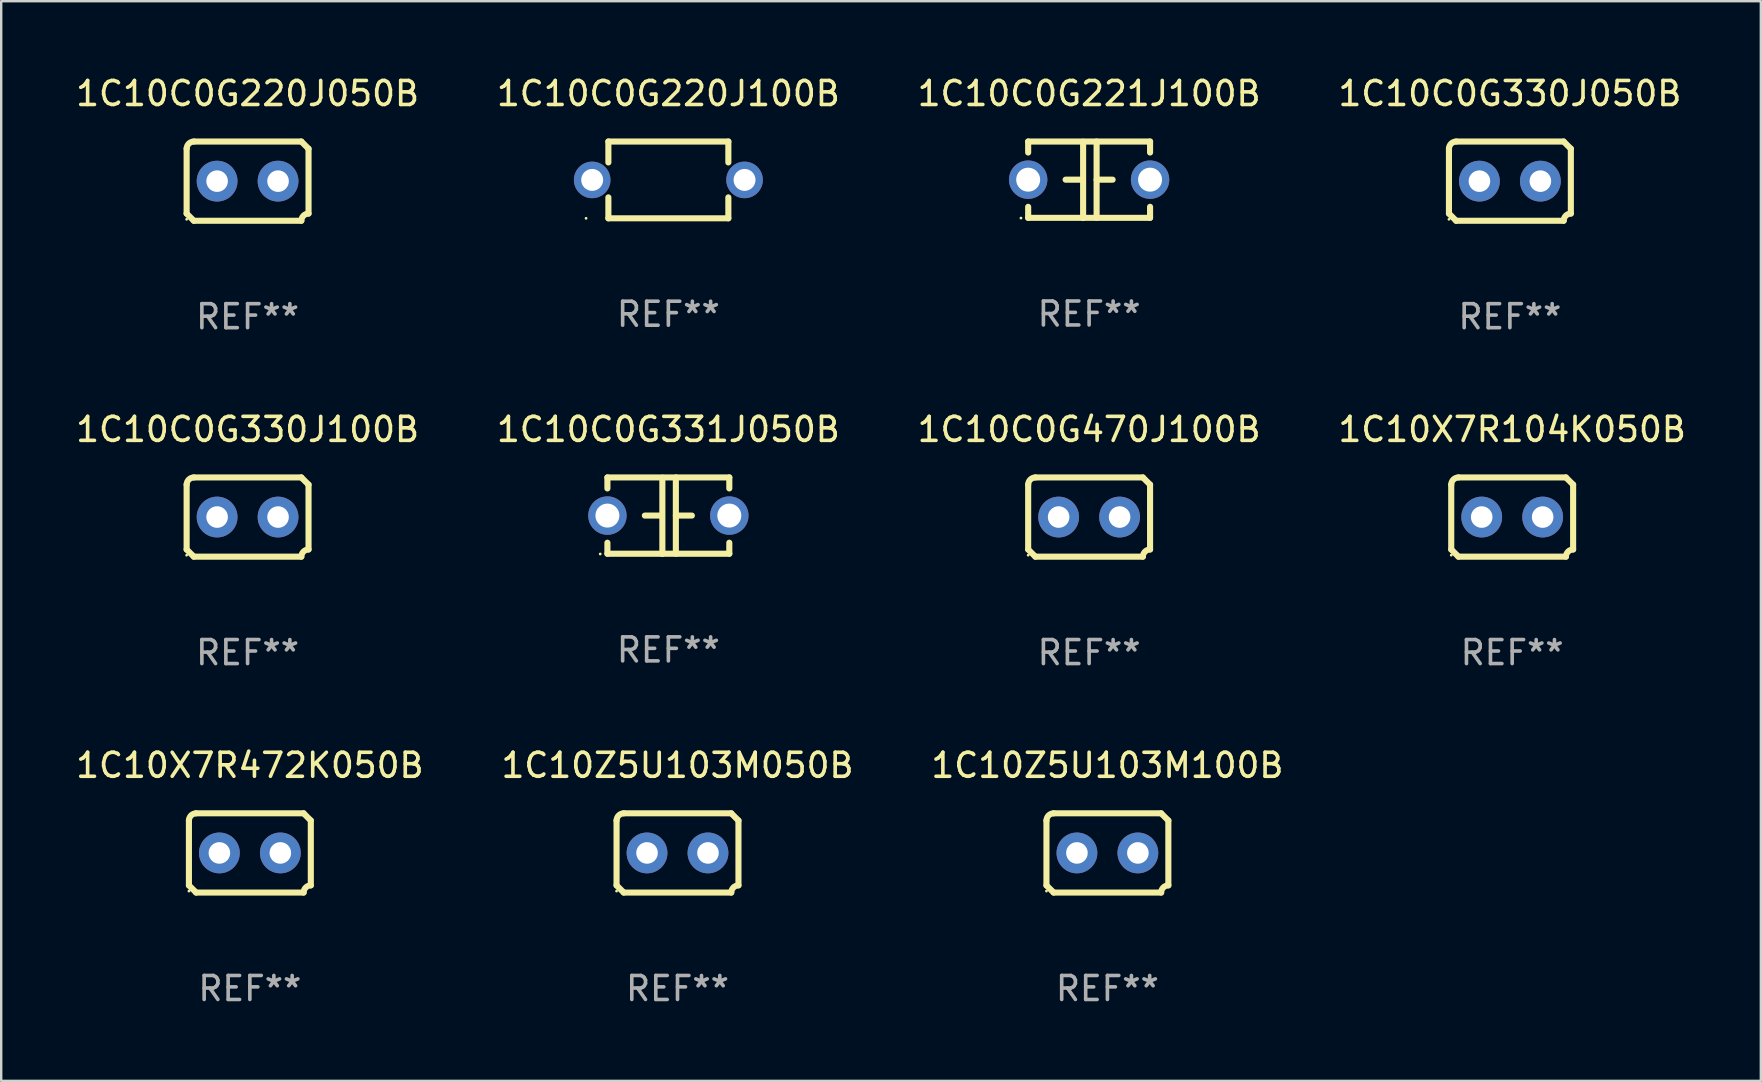
<source format=kicad_pcb>
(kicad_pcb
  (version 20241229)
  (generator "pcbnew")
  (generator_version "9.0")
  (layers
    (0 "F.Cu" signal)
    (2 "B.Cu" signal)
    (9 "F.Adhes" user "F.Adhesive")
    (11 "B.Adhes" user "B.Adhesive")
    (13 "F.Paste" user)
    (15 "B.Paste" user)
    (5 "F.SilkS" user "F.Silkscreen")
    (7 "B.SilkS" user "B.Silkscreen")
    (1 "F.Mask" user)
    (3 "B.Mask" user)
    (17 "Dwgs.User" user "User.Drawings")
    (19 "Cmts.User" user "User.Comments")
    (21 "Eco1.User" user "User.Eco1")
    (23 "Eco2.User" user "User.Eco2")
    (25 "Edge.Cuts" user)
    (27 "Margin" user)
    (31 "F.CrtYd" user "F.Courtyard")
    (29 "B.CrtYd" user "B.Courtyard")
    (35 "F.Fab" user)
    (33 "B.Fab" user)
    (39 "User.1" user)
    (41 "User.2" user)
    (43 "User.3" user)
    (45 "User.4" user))
  (footprint "1C10Z5U103M050B"
    (layer "F.Cu")
    (at 25.185 32.496)
    (property "Reference" "1C10Z5U103M050B" (at 0 -3.651 0) (layer "F.SilkS") (effects (font (size 1 1) (thickness 0.15))))
    (attr through_hole)
    (fp_line (start -2.54 -1.351) (end -2.54 1.351) (stroke (width 0.254) (type solid)) (layer "F.SilkS"))
    (fp_line (start -2.24 -1.651) (end 2.24 -1.651) (stroke (width 0.254) (type solid)) (layer "F.SilkS"))
    (fp_line (start 2.24 1.651) (end -2.24 1.651) (stroke (width 0.254) (type solid)) (layer "F.SilkS"))
    (fp_line (start 2.54 1.351) (end 2.54 -1.351) (stroke (width 0.254) (type solid)) (layer "F.SilkS"))
    (fp_arc (start -2.540005 -1.351283) (mid -2.450115 -1.561309) (end -2.240005 -1.651003) (stroke (width 0.254001) (type solid)) (layer "F.SilkS"))
    (fp_arc (start -2.240287 1.651001) (mid -2.390163 1.501019) (end -2.540005 1.351003) (stroke (width 0.254001) (type solid)) (layer "F.SilkS"))
    (fp_arc (start 2.240005 1.651003) (mid 2.329934 1.441015) (end 2.540005 1.351282) (stroke (width 0.254001) (type solid)) (layer "F.SilkS"))
    (fp_arc (start 2.540005 -1.351003) (mid 2.389393 -1.500252) (end 2.240284 -1.651003) (stroke (width 0.254001) (type solid)) (layer "F.SilkS"))
    (fp_circle (center -2.54 1.59) (end -2.51 1.59) (stroke (width 0.06) (type solid)) (fill no) (layer "F.SilkS"))
    (fp_text user "REF**" (at 0 5.651 0) (layer "F.Fab") (effects (font (size 1 1) (thickness 0.15))))
    (pad "1" thru_hole circle (at -1.27 0) (size 1.7 1.7) (drill 0.9) (layers "*.Cu" "*.Mask"))
    (pad "2" thru_hole circle (at 1.27 0) (size 1.7 1.7) (drill 0.9) (layers "*.Cu" "*.Mask")))
  (footprint "1C10C0G220J100B"
    (layer "F.Cu")
    (at 24.804 4.448)
    (property "Reference" "1C10C0G220J100B" (at 0 -3.6 0) (layer "F.SilkS") (effects (font (size 1 1) (thickness 0.15))))
    (attr through_hole)
    (fp_line (start -2.5 -1.6) (end 2.5 -1.6) (stroke (width 0.254) (type solid)) (layer "F.SilkS"))
    (fp_line (start -2.5 -0.728) (end -2.5 -1.6) (stroke (width 0.254) (type solid)) (layer "F.SilkS"))
    (fp_line (start -2.5 1.6) (end -2.5 0.728) (stroke (width 0.254) (type solid)) (layer "F.SilkS"))
    (fp_line (start 2.5 -1.6) (end 2.5 -0.728) (stroke (width 0.254) (type solid)) (layer "F.SilkS"))
    (fp_line (start 2.5 0.728) (end 2.5 1.6) (stroke (width 0.254) (type solid)) (layer "F.SilkS"))
    (fp_line (start 2.5 1.6) (end -2.5 1.6) (stroke (width 0.254) (type solid)) (layer "F.SilkS"))
    (fp_circle (center -3.43 1.6) (end -3.4 1.6) (stroke (width 0.06) (type solid)) (fill no) (layer "F.SilkS"))
    (fp_text user "REF**" (at 0 5.6 0) (layer "F.Fab") (effects (font (size 1 1) (thickness 0.15))))
    (pad "1" thru_hole circle (at -3.175 0) (size 1.524 1.524) (drill 0.914) (layers "*.Cu" "*.Mask"))
    (pad "2" thru_hole circle (at 3.175 0) (size 1.524 1.524) (drill 0.914) (layers "*.Cu" "*.Mask")))
  (footprint "1C10X7R104K050B"
    (layer "F.Cu")
    (at 59.97 18.498)
    (property "Reference" "1C10X7R104K050B" (at 0 -3.651 0) (layer "F.SilkS") (effects (font (size 1 1) (thickness 0.15))))
    (attr through_hole)
    (fp_line (start -2.54 -1.351) (end -2.54 1.351) (stroke (width 0.254) (type solid)) (layer "F.SilkS"))
    (fp_line (start -2.24 -1.651) (end 2.24 -1.651) (stroke (width 0.254) (type solid)) (layer "F.SilkS"))
    (fp_line (start 2.24 1.651) (end -2.24 1.651) (stroke (width 0.254) (type solid)) (layer "F.SilkS"))
    (fp_line (start 2.54 1.351) (end 2.54 -1.351) (stroke (width 0.254) (type solid)) (layer "F.SilkS"))
    (fp_arc (start -2.540005 -1.351283) (mid -2.450115 -1.561309) (end -2.240005 -1.651003) (stroke (width 0.254001) (type solid)) (layer "F.SilkS"))
    (fp_arc (start -2.240287 1.651001) (mid -2.390163 1.501019) (end -2.540005 1.351003) (stroke (width 0.254001) (type solid)) (layer "F.SilkS"))
    (fp_arc (start 2.240005 1.651003) (mid 2.329934 1.441015) (end 2.540005 1.351282) (stroke (width 0.254001) (type solid)) (layer "F.SilkS"))
    (fp_arc (start 2.540005 -1.351003) (mid 2.389393 -1.500252) (end 2.240284 -1.651003) (stroke (width 0.254001) (type solid)) (layer "F.SilkS"))
    (fp_circle (center -2.54 1.59) (end -2.51 1.59) (stroke (width 0.06) (type solid)) (fill no) (layer "F.SilkS"))
    (fp_text user "REF**" (at 0 5.651 0) (layer "F.Fab") (effects (font (size 1 1) (thickness 0.15))))
    (pad "1" thru_hole circle (at -1.27 0) (size 1.7 1.7) (drill 0.9) (layers "*.Cu" "*.Mask"))
    (pad "2" thru_hole circle (at 1.27 0) (size 1.7 1.7) (drill 0.9) (layers "*.Cu" "*.Mask")))
  (footprint "1C10C0G220J050B"
    (layer "F.Cu")
    (at 7.268 4.499)
    (property "Reference" "1C10C0G220J050B" (at 0 -3.651 0) (layer "F.SilkS") (effects (font (size 1 1) (thickness 0.15))))
    (attr through_hole)
    (fp_line (start -2.54 -1.351) (end -2.54 1.351) (stroke (width 0.254) (type solid)) (layer "F.SilkS"))
    (fp_line (start -2.24 -1.651) (end 2.24 -1.651) (stroke (width 0.254) (type solid)) (layer "F.SilkS"))
    (fp_line (start 2.24 1.651) (end -2.24 1.651) (stroke (width 0.254) (type solid)) (layer "F.SilkS"))
    (fp_line (start 2.54 1.351) (end 2.54 -1.351) (stroke (width 0.254) (type solid)) (layer "F.SilkS"))
    (fp_arc (start -2.540005 -1.351283) (mid -2.450115 -1.561309) (end -2.240005 -1.651003) (stroke (width 0.254001) (type solid)) (layer "F.SilkS"))
    (fp_arc (start -2.240287 1.651001) (mid -2.390163 1.501019) (end -2.540005 1.351003) (stroke (width 0.254001) (type solid)) (layer "F.SilkS"))
    (fp_arc (start 2.240005 1.651003) (mid 2.329934 1.441015) (end 2.540005 1.351282) (stroke (width 0.254001) (type solid)) (layer "F.SilkS"))
    (fp_arc (start 2.540005 -1.351003) (mid 2.389393 -1.500252) (end 2.240284 -1.651003) (stroke (width 0.254001) (type solid)) (layer "F.SilkS"))
    (fp_circle (center -2.54 1.59) (end -2.51 1.59) (stroke (width 0.06) (type solid)) (fill no) (layer "F.SilkS"))
    (fp_text user "REF**" (at 0 5.651 0) (layer "F.Fab") (effects (font (size 1 1) (thickness 0.15))))
    (pad "1" thru_hole circle (at -1.27 0) (size 1.7 1.7) (drill 0.9) (layers "*.Cu" "*.Mask"))
    (pad "2" thru_hole circle (at 1.27 0) (size 1.7 1.7) (drill 0.9) (layers "*.Cu" "*.Mask")))
  (footprint "1C10C0G221J100B"
    (layer "F.Cu")
    (at 42.339 4.443)
    (property "Reference" "1C10C0G221J100B" (at 0 -3.595 0) (layer "F.SilkS") (effects (font (size 1 1) (thickness 0.15))))
    (attr through_hole)
    (fp_line (start -2.54 -1.595) (end -2.54 -1.136) (stroke (width 0.254) (type solid)) (layer "F.SilkS"))
    (fp_line (start -2.54 -1.595) (end 2.54 -1.595) (stroke (width 0.254) (type solid)) (layer "F.SilkS"))
    (fp_line (start -2.54 1.126) (end -2.54 1.585) (stroke (width 0.254) (type solid)) (layer "F.SilkS"))
    (fp_line (start -0.312 -0.005) (end -0.98 -0.005) (stroke (width 0.254) (type solid)) (layer "F.SilkS"))
    (fp_line (start -0.25 -1.585) (end -0.25 1.595) (stroke (width 0.254) (type solid)) (layer "F.SilkS"))
    (fp_line (start 0.312 -1.595) (end 0.312 1.585) (stroke (width 0.254) (type solid)) (layer "F.SilkS"))
    (fp_line (start 0.312 -0.005) (end 0.98 -0.005) (stroke (width 0.254) (type solid)) (layer "F.SilkS"))
    (fp_line (start 2.54 -1.595) (end 2.54 -1.136) (stroke (width 0.254) (type solid)) (layer "F.SilkS"))
    (fp_line (start 2.54 1.126) (end 2.54 1.585) (stroke (width 0.254) (type solid)) (layer "F.SilkS"))
    (fp_line (start 2.54 1.585) (end -2.54 1.585) (stroke (width 0.254) (type solid)) (layer "F.SilkS"))
    (fp_circle (center -2.84 1.595) (end -2.81 1.595) (stroke (width 0.06) (type solid)) (fill no) (layer "F.SilkS"))
    (fp_text user "REF**" (at 0 5.595 0) (layer "F.Fab") (effects (font (size 1 1) (thickness 0.15))))
    (pad "1" thru_hole circle (at -2.54 -0.005) (size 1.6 1.6) (drill 1) (layers "*.Cu" "*.Mask"))
    (pad "2" thru_hole circle (at 2.54 -0.005) (size 1.6 1.6) (drill 1) (layers "*.Cu" "*.Mask")))
  (footprint "1C10C0G470J100B"
    (layer "F.Cu")
    (at 42.339 18.498)
    (property "Reference" "1C10C0G470J100B" (at 0 -3.651 0) (layer "F.SilkS") (effects (font (size 1 1) (thickness 0.15))))
    (attr through_hole)
    (fp_line (start -2.54 -1.351) (end -2.54 1.351) (stroke (width 0.254) (type solid)) (layer "F.SilkS"))
    (fp_line (start -2.24 -1.651) (end 2.24 -1.651) (stroke (width 0.254) (type solid)) (layer "F.SilkS"))
    (fp_line (start 2.24 1.651) (end -2.24 1.651) (stroke (width 0.254) (type solid)) (layer "F.SilkS"))
    (fp_line (start 2.54 1.351) (end 2.54 -1.351) (stroke (width 0.254) (type solid)) (layer "F.SilkS"))
    (fp_arc (start -2.540005 -1.351283) (mid -2.450115 -1.561309) (end -2.240005 -1.651003) (stroke (width 0.254001) (type solid)) (layer "F.SilkS"))
    (fp_arc (start -2.240287 1.651001) (mid -2.390163 1.501019) (end -2.540005 1.351003) (stroke (width 0.254001) (type solid)) (layer "F.SilkS"))
    (fp_arc (start 2.240005 1.651003) (mid 2.329934 1.441015) (end 2.540005 1.351282) (stroke (width 0.254001) (type solid)) (layer "F.SilkS"))
    (fp_arc (start 2.540005 -1.351003) (mid 2.389393 -1.500252) (end 2.240284 -1.651003) (stroke (width 0.254001) (type solid)) (layer "F.SilkS"))
    (fp_circle (center -2.54 1.59) (end -2.51 1.59) (stroke (width 0.06) (type solid)) (fill no) (layer "F.SilkS"))
    (fp_text user "REF**" (at 0 5.651 0) (layer "F.Fab") (effects (font (size 1 1) (thickness 0.15))))
    (pad "1" thru_hole circle (at -1.27 0) (size 1.7 1.7) (drill 0.9) (layers "*.Cu" "*.Mask"))
    (pad "2" thru_hole circle (at 1.27 0) (size 1.7 1.7) (drill 0.9) (layers "*.Cu" "*.Mask")))
  (footprint "1C10Z5U103M100B"
    (layer "F.Cu")
    (at 43.101 32.496)
    (property "Reference" "1C10Z5U103M100B" (at 0 -3.651 0) (layer "F.SilkS") (effects (font (size 1 1) (thickness 0.15))))
    (attr through_hole)
    (fp_line (start -2.54 -1.351) (end -2.54 1.351) (stroke (width 0.254) (type solid)) (layer "F.SilkS"))
    (fp_line (start -2.24 -1.651) (end 2.24 -1.651) (stroke (width 0.254) (type solid)) (layer "F.SilkS"))
    (fp_line (start 2.24 1.651) (end -2.24 1.651) (stroke (width 0.254) (type solid)) (layer "F.SilkS"))
    (fp_line (start 2.54 1.351) (end 2.54 -1.351) (stroke (width 0.254) (type solid)) (layer "F.SilkS"))
    (fp_arc (start -2.540005 -1.351283) (mid -2.450115 -1.561309) (end -2.240005 -1.651003) (stroke (width 0.254001) (type solid)) (layer "F.SilkS"))
    (fp_arc (start -2.240287 1.651001) (mid -2.390163 1.501019) (end -2.540005 1.351003) (stroke (width 0.254001) (type solid)) (layer "F.SilkS"))
    (fp_arc (start 2.240005 1.651003) (mid 2.329934 1.441015) (end 2.540005 1.351282) (stroke (width 0.254001) (type solid)) (layer "F.SilkS"))
    (fp_arc (start 2.540005 -1.351003) (mid 2.389393 -1.500252) (end 2.240284 -1.651003) (stroke (width 0.254001) (type solid)) (layer "F.SilkS"))
    (fp_circle (center -2.54 1.59) (end -2.51 1.59) (stroke (width 0.06) (type solid)) (fill no) (layer "F.SilkS"))
    (fp_text user "REF**" (at 0 5.651 0) (layer "F.Fab") (effects (font (size 1 1) (thickness 0.15))))
    (pad "1" thru_hole circle (at -1.27 0) (size 1.7 1.7) (drill 0.9) (layers "*.Cu" "*.Mask"))
    (pad "2" thru_hole circle (at 1.27 0) (size 1.7 1.7) (drill 0.9) (layers "*.Cu" "*.Mask")))
  (footprint "1C10C0G330J050B"
    (layer "F.Cu")
    (at 59.875 4.499)
    (property "Reference" "1C10C0G330J050B" (at 0 -3.651 0) (layer "F.SilkS") (effects (font (size 1 1) (thickness 0.15))))
    (attr through_hole)
    (fp_line (start -2.54 -1.351) (end -2.54 1.351) (stroke (width 0.254) (type solid)) (layer "F.SilkS"))
    (fp_line (start -2.24 -1.651) (end 2.24 -1.651) (stroke (width 0.254) (type solid)) (layer "F.SilkS"))
    (fp_line (start 2.24 1.651) (end -2.24 1.651) (stroke (width 0.254) (type solid)) (layer "F.SilkS"))
    (fp_line (start 2.54 1.351) (end 2.54 -1.351) (stroke (width 0.254) (type solid)) (layer "F.SilkS"))
    (fp_arc (start -2.540005 -1.351283) (mid -2.450115 -1.561309) (end -2.240005 -1.651003) (stroke (width 0.254001) (type solid)) (layer "F.SilkS"))
    (fp_arc (start -2.240287 1.651001) (mid -2.390163 1.501019) (end -2.540005 1.351003) (stroke (width 0.254001) (type solid)) (layer "F.SilkS"))
    (fp_arc (start 2.240005 1.651003) (mid 2.329934 1.441015) (end 2.540005 1.351282) (stroke (width 0.254001) (type solid)) (layer "F.SilkS"))
    (fp_arc (start 2.540005 -1.351003) (mid 2.389393 -1.500252) (end 2.240284 -1.651003) (stroke (width 0.254001) (type solid)) (layer "F.SilkS"))
    (fp_circle (center -2.54 1.59) (end -2.51 1.59) (stroke (width 0.06) (type solid)) (fill no) (layer "F.SilkS"))
    (fp_text user "REF**" (at 0 5.651 0) (layer "F.Fab") (effects (font (size 1 1) (thickness 0.15))))
    (pad "1" thru_hole circle (at -1.27 0) (size 1.7 1.7) (drill 0.9) (layers "*.Cu" "*.Mask"))
    (pad "2" thru_hole circle (at 1.27 0) (size 1.7 1.7) (drill 0.9) (layers "*.Cu" "*.Mask")))
  (footprint "1C10C0G331J050B"
    (layer "F.Cu")
    (at 24.804 18.442)
    (property "Reference" "1C10C0G331J050B" (at 0 -3.595 0) (layer "F.SilkS") (effects (font (size 1 1) (thickness 0.15))))
    (attr through_hole)
    (fp_line (start -2.54 -1.595) (end -2.54 -1.136) (stroke (width 0.254) (type solid)) (layer "F.SilkS"))
    (fp_line (start -2.54 -1.595) (end 2.54 -1.595) (stroke (width 0.254) (type solid)) (layer "F.SilkS"))
    (fp_line (start -2.54 1.126) (end -2.54 1.585) (stroke (width 0.254) (type solid)) (layer "F.SilkS"))
    (fp_line (start -0.312 -0.005) (end -0.98 -0.005) (stroke (width 0.254) (type solid)) (layer "F.SilkS"))
    (fp_line (start -0.25 -1.585) (end -0.25 1.595) (stroke (width 0.254) (type solid)) (layer "F.SilkS"))
    (fp_line (start 0.312 -1.595) (end 0.312 1.585) (stroke (width 0.254) (type solid)) (layer "F.SilkS"))
    (fp_line (start 0.312 -0.005) (end 0.98 -0.005) (stroke (width 0.254) (type solid)) (layer "F.SilkS"))
    (fp_line (start 2.54 -1.595) (end 2.54 -1.136) (stroke (width 0.254) (type solid)) (layer "F.SilkS"))
    (fp_line (start 2.54 1.126) (end 2.54 1.585) (stroke (width 0.254) (type solid)) (layer "F.SilkS"))
    (fp_line (start 2.54 1.585) (end -2.54 1.585) (stroke (width 0.254) (type solid)) (layer "F.SilkS"))
    (fp_circle (center -2.84 1.595) (end -2.81 1.595) (stroke (width 0.06) (type solid)) (fill no) (layer "F.SilkS"))
    (fp_text user "REF**" (at 0 5.595 0) (layer "F.Fab") (effects (font (size 1 1) (thickness 0.15))))
    (pad "1" thru_hole circle (at -2.54 -0.005) (size 1.6 1.6) (drill 1) (layers "*.Cu" "*.Mask"))
    (pad "2" thru_hole circle (at 2.54 -0.005) (size 1.6 1.6) (drill 1) (layers "*.Cu" "*.Mask")))
  (footprint "1C10C0G330J100B"
    (layer "F.Cu")
    (at 7.268 18.498)
    (property "Reference" "1C10C0G330J100B" (at 0 -3.651 0) (layer "F.SilkS") (effects (font (size 1 1) (thickness 0.15))))
    (attr through_hole)
    (fp_line (start -2.54 -1.351) (end -2.54 1.351) (stroke (width 0.254) (type solid)) (layer "F.SilkS"))
    (fp_line (start -2.24 -1.651) (end 2.24 -1.651) (stroke (width 0.254) (type solid)) (layer "F.SilkS"))
    (fp_line (start 2.24 1.651) (end -2.24 1.651) (stroke (width 0.254) (type solid)) (layer "F.SilkS"))
    (fp_line (start 2.54 1.351) (end 2.54 -1.351) (stroke (width 0.254) (type solid)) (layer "F.SilkS"))
    (fp_arc (start -2.540005 -1.351283) (mid -2.450115 -1.561309) (end -2.240005 -1.651003) (stroke (width 0.254001) (type solid)) (layer "F.SilkS"))
    (fp_arc (start -2.240287 1.651001) (mid -2.390163 1.501019) (end -2.540005 1.351003) (stroke (width 0.254001) (type solid)) (layer "F.SilkS"))
    (fp_arc (start 2.240005 1.651003) (mid 2.329934 1.441015) (end 2.540005 1.351282) (stroke (width 0.254001) (type solid)) (layer "F.SilkS"))
    (fp_arc (start 2.540005 -1.351003) (mid 2.389393 -1.500252) (end 2.240284 -1.651003) (stroke (width 0.254001) (type solid)) (layer "F.SilkS"))
    (fp_circle (center -2.54 1.59) (end -2.51 1.59) (stroke (width 0.06) (type solid)) (fill no) (layer "F.SilkS"))
    (fp_text user "REF**" (at 0 5.651 0) (layer "F.Fab") (effects (font (size 1 1) (thickness 0.15))))
    (pad "1" thru_hole circle (at -1.27 0) (size 1.7 1.7) (drill 0.9) (layers "*.Cu" "*.Mask"))
    (pad "2" thru_hole circle (at 1.27 0) (size 1.7 1.7) (drill 0.9) (layers "*.Cu" "*.Mask")))
  (footprint "1C10X7R472K050B"
    (layer "F.Cu")
    (at 7.363 32.496)
    (property "Reference" "1C10X7R472K050B" (at 0 -3.651 0) (layer "F.SilkS") (effects (font (size 1 1) (thickness 0.15))))
    (attr through_hole)
    (fp_line (start -2.54 -1.351) (end -2.54 1.351) (stroke (width 0.254) (type solid)) (layer "F.SilkS"))
    (fp_line (start -2.24 -1.651) (end 2.24 -1.651) (stroke (width 0.254) (type solid)) (layer "F.SilkS"))
    (fp_line (start 2.24 1.651) (end -2.24 1.651) (stroke (width 0.254) (type solid)) (layer "F.SilkS"))
    (fp_line (start 2.54 1.351) (end 2.54 -1.351) (stroke (width 0.254) (type solid)) (layer "F.SilkS"))
    (fp_arc (start -2.540005 -1.351283) (mid -2.450115 -1.561309) (end -2.240005 -1.651003) (stroke (width 0.254001) (type solid)) (layer "F.SilkS"))
    (fp_arc (start -2.240287 1.651001) (mid -2.390163 1.501019) (end -2.540005 1.351003) (stroke (width 0.254001) (type solid)) (layer "F.SilkS"))
    (fp_arc (start 2.240005 1.651003) (mid 2.329934 1.441015) (end 2.540005 1.351282) (stroke (width 0.254001) (type solid)) (layer "F.SilkS"))
    (fp_arc (start 2.540005 -1.351003) (mid 2.389393 -1.500252) (end 2.240284 -1.651003) (stroke (width 0.254001) (type solid)) (layer "F.SilkS"))
    (fp_circle (center -2.54 1.59) (end -2.51 1.59) (stroke (width 0.06) (type solid)) (fill no) (layer "F.SilkS"))
    (fp_text user "REF**" (at 0 5.651 0) (layer "F.Fab") (effects (font (size 1 1) (thickness 0.15))))
    (pad "1" thru_hole circle (at -1.27 0) (size 1.7 1.7) (drill 0.9) (layers "*.Cu" "*.Mask"))
    (pad "2" thru_hole circle (at 1.27 0) (size 1.7 1.7) (drill 0.9) (layers "*.Cu" "*.Mask")))
  (gr_rect
    (start -3 -3)
    (end 70.333 41.996)
    (stroke (width 0.1) (type default))
    (fill no)
    (layer "Edge.Cuts")))
</source>
